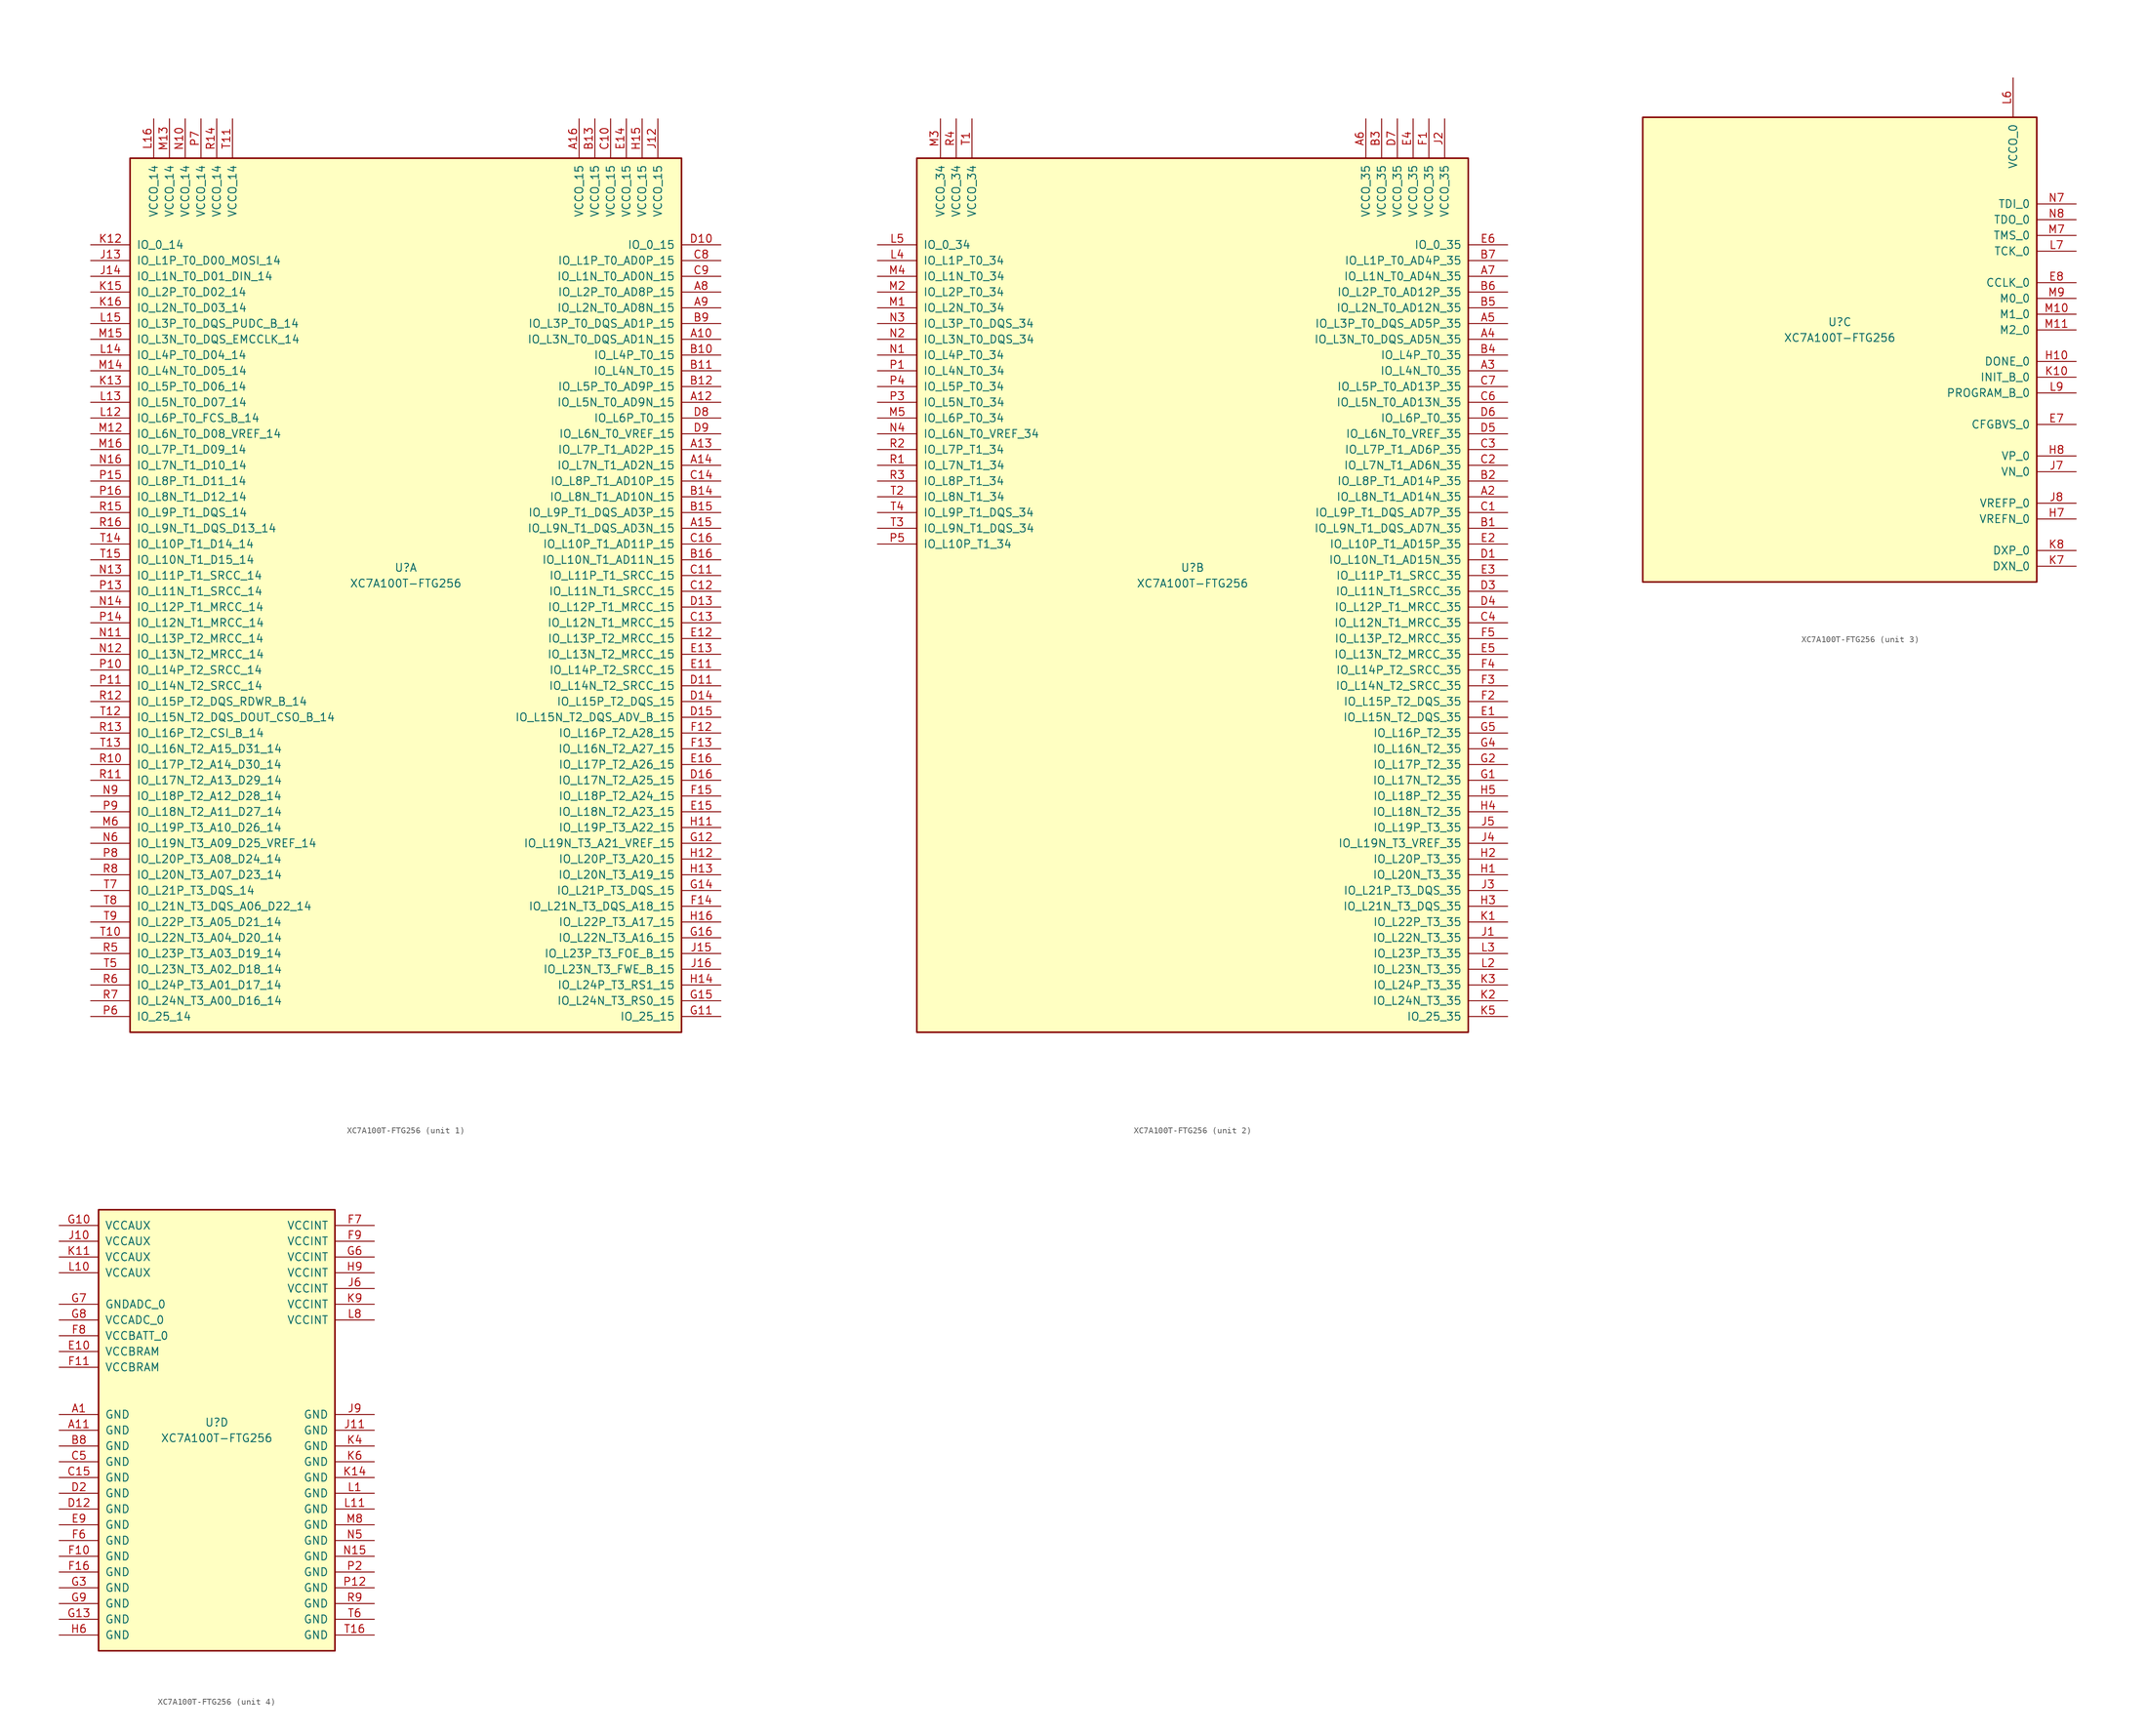
<source format=kicad_sym>
(kicad_symbol_lib
  (version 20201005)
  (generator kicad_symbol_editor)
  (symbol "XC7A100T-FTG256"
    (pin_names
      (offset 1.016))
    (property "Reference" "U"
      (at 0 1.27 0)
      (effects (font (size 1.27 1.27))))
    (property "Value" "XC7A100T-FTG256"
      (at 0 -1.27 0)
      (effects (font (size 1.27 1.27))))
    (property "Datasheet" ""
      (at 0 0 0)
      (effects (font (size 1.27 1.27))))
    (property "ki_locked" ""
      (at 0 0 0)
      (effects (font (size 1.27 1.27))))
    (symbol "XC7A100T-FTG256_1_1"
      (rectangle (start -44.45 67.31) (end 44.45 -73.66) (stroke (width 0.254)) (fill (type background)))
      (pin power_in line (at -40.64 73.66 270) (length 6.35) (name "VCCO_14" (effects (font (size 1.27 1.27)))) (number "L16" (effects (font (size 1.27 1.27)))))
      (pin power_in line (at -38.1 73.66 270) (length 6.35) (name "VCCO_14" (effects (font (size 1.27 1.27)))) (number "M13" (effects (font (size 1.27 1.27)))))
      (pin power_in line (at -35.56 73.66 270) (length 6.35) (name "VCCO_14" (effects (font (size 1.27 1.27)))) (number "N10" (effects (font (size 1.27 1.27)))))
      (pin power_in line (at -33.02 73.66 270) (length 6.35) (name "VCCO_14" (effects (font (size 1.27 1.27)))) (number "P7" (effects (font (size 1.27 1.27)))))
      (pin power_in line (at -30.48 73.66 270) (length 6.35) (name "VCCO_14" (effects (font (size 1.27 1.27)))) (number "R14" (effects (font (size 1.27 1.27)))))
      (pin power_in line (at -27.94 73.66 270) (length 6.35) (name "VCCO_14" (effects (font (size 1.27 1.27)))) (number "T11" (effects (font (size 1.27 1.27)))))
      (pin bidirectional line (at -50.8 53.34 0) (length 6.35) (name "IO_0_14" (effects (font (size 1.27 1.27)))) (number "K12" (effects (font (size 1.27 1.27)))))
      (pin bidirectional line (at -50.8 50.8 0) (length 6.35) (name "IO_L1P_T0_D00_MOSI_14" (effects (font (size 1.27 1.27)))) (number "J13" (effects (font (size 1.27 1.27)))))
      (pin bidirectional line (at -50.8 48.26 0) (length 6.35) (name "IO_L1N_T0_D01_DIN_14" (effects (font (size 1.27 1.27)))) (number "J14" (effects (font (size 1.27 1.27)))))
      (pin bidirectional line (at -50.8 45.72 0) (length 6.35) (name "IO_L2P_T0_D02_14" (effects (font (size 1.27 1.27)))) (number "K15" (effects (font (size 1.27 1.27)))))
      (pin bidirectional line (at -50.8 43.18 0) (length 6.35) (name "IO_L2N_T0_D03_14" (effects (font (size 1.27 1.27)))) (number "K16" (effects (font (size 1.27 1.27)))))
      (pin bidirectional line (at -50.8 40.64 0) (length 6.35) (name "IO_L3P_T0_DQS_PUDC_B_14" (effects (font (size 1.27 1.27)))) (number "L15" (effects (font (size 1.27 1.27)))))
      (pin bidirectional line (at -50.8 38.1 0) (length 6.35) (name "IO_L3N_T0_DQS_EMCCLK_14" (effects (font (size 1.27 1.27)))) (number "M15" (effects (font (size 1.27 1.27)))))
      (pin bidirectional line (at -50.8 35.56 0) (length 6.35) (name "IO_L4P_T0_D04_14" (effects (font (size 1.27 1.27)))) (number "L14" (effects (font (size 1.27 1.27)))))
      (pin bidirectional line (at -50.8 33.02 0) (length 6.35) (name "IO_L4N_T0_D05_14" (effects (font (size 1.27 1.27)))) (number "M14" (effects (font (size 1.27 1.27)))))
      (pin bidirectional line (at -50.8 30.48 0) (length 6.35) (name "IO_L5P_T0_D06_14" (effects (font (size 1.27 1.27)))) (number "K13" (effects (font (size 1.27 1.27)))))
      (pin bidirectional line (at -50.8 27.94 0) (length 6.35) (name "IO_L5N_T0_D07_14" (effects (font (size 1.27 1.27)))) (number "L13" (effects (font (size 1.27 1.27)))))
      (pin bidirectional line (at -50.8 25.4 0) (length 6.35) (name "IO_L6P_T0_FCS_B_14" (effects (font (size 1.27 1.27)))) (number "L12" (effects (font (size 1.27 1.27)))))
      (pin bidirectional line (at -50.8 22.86 0) (length 6.35) (name "IO_L6N_T0_D08_VREF_14" (effects (font (size 1.27 1.27)))) (number "M12" (effects (font (size 1.27 1.27)))))
      (pin bidirectional line (at -50.8 20.32 0) (length 6.35) (name "IO_L7P_T1_D09_14" (effects (font (size 1.27 1.27)))) (number "M16" (effects (font (size 1.27 1.27)))))
      (pin bidirectional line (at -50.8 17.78 0) (length 6.35) (name "IO_L7N_T1_D10_14" (effects (font (size 1.27 1.27)))) (number "N16" (effects (font (size 1.27 1.27)))))
      (pin bidirectional line (at -50.8 15.24 0) (length 6.35) (name "IO_L8P_T1_D11_14" (effects (font (size 1.27 1.27)))) (number "P15" (effects (font (size 1.27 1.27)))))
      (pin bidirectional line (at -50.8 12.7 0) (length 6.35) (name "IO_L8N_T1_D12_14" (effects (font (size 1.27 1.27)))) (number "P16" (effects (font (size 1.27 1.27)))))
      (pin bidirectional line (at -50.8 10.16 0) (length 6.35) (name "IO_L9P_T1_DQS_14" (effects (font (size 1.27 1.27)))) (number "R15" (effects (font (size 1.27 1.27)))))
      (pin bidirectional line (at -50.8 7.62 0) (length 6.35) (name "IO_L9N_T1_DQS_D13_14" (effects (font (size 1.27 1.27)))) (number "R16" (effects (font (size 1.27 1.27)))))
      (pin bidirectional line (at -50.8 5.08 0) (length 6.35) (name "IO_L10P_T1_D14_14" (effects (font (size 1.27 1.27)))) (number "T14" (effects (font (size 1.27 1.27)))))
      (pin bidirectional line (at -50.8 2.54 0) (length 6.35) (name "IO_L10N_T1_D15_14" (effects (font (size 1.27 1.27)))) (number "T15" (effects (font (size 1.27 1.27)))))
      (pin bidirectional line (at -50.8 0 0) (length 6.35) (name "IO_L11P_T1_SRCC_14" (effects (font (size 1.27 1.27)))) (number "N13" (effects (font (size 1.27 1.27)))))
      (pin bidirectional line (at -50.8 -2.54 0) (length 6.35) (name "IO_L11N_T1_SRCC_14" (effects (font (size 1.27 1.27)))) (number "P13" (effects (font (size 1.27 1.27)))))
      (pin bidirectional line (at -50.8 -5.08 0) (length 6.35) (name "IO_L12P_T1_MRCC_14" (effects (font (size 1.27 1.27)))) (number "N14" (effects (font (size 1.27 1.27)))))
      (pin bidirectional line (at -50.8 -7.62 0) (length 6.35) (name "IO_L12N_T1_MRCC_14" (effects (font (size 1.27 1.27)))) (number "P14" (effects (font (size 1.27 1.27)))))
      (pin bidirectional line (at -50.8 -10.16 0) (length 6.35) (name "IO_L13P_T2_MRCC_14" (effects (font (size 1.27 1.27)))) (number "N11" (effects (font (size 1.27 1.27)))))
      (pin bidirectional line (at -50.8 -12.7 0) (length 6.35) (name "IO_L13N_T2_MRCC_14" (effects (font (size 1.27 1.27)))) (number "N12" (effects (font (size 1.27 1.27)))))
      (pin bidirectional line (at -50.8 -15.24 0) (length 6.35) (name "IO_L14P_T2_SRCC_14" (effects (font (size 1.27 1.27)))) (number "P10" (effects (font (size 1.27 1.27)))))
      (pin bidirectional line (at -50.8 -17.78 0) (length 6.35) (name "IO_L14N_T2_SRCC_14" (effects (font (size 1.27 1.27)))) (number "P11" (effects (font (size 1.27 1.27)))))
      (pin bidirectional line (at -50.8 -20.32 0) (length 6.35) (name "IO_L15P_T2_DQS_RDWR_B_14" (effects (font (size 1.27 1.27)))) (number "R12" (effects (font (size 1.27 1.27)))))
      (pin bidirectional line (at -50.8 -22.86 0) (length 6.35) (name "IO_L15N_T2_DQS_DOUT_CSO_B_14" (effects (font (size 1.27 1.27)))) (number "T12" (effects (font (size 1.27 1.27)))))
      (pin bidirectional line (at -50.8 -25.4 0) (length 6.35) (name "IO_L16P_T2_CSI_B_14" (effects (font (size 1.27 1.27)))) (number "R13" (effects (font (size 1.27 1.27)))))
      (pin bidirectional line (at -50.8 -27.94 0) (length 6.35) (name "IO_L16N_T2_A15_D31_14" (effects (font (size 1.27 1.27)))) (number "T13" (effects (font (size 1.27 1.27)))))
      (pin bidirectional line (at -50.8 -30.48 0) (length 6.35) (name "IO_L17P_T2_A14_D30_14" (effects (font (size 1.27 1.27)))) (number "R10" (effects (font (size 1.27 1.27)))))
      (pin bidirectional line (at -50.8 -33.02 0) (length 6.35) (name "IO_L17N_T2_A13_D29_14" (effects (font (size 1.27 1.27)))) (number "R11" (effects (font (size 1.27 1.27)))))
      (pin bidirectional line (at -50.8 -35.56 0) (length 6.35) (name "IO_L18P_T2_A12_D28_14" (effects (font (size 1.27 1.27)))) (number "N9" (effects (font (size 1.27 1.27)))))
      (pin bidirectional line (at -50.8 -38.1 0) (length 6.35) (name "IO_L18N_T2_A11_D27_14" (effects (font (size 1.27 1.27)))) (number "P9" (effects (font (size 1.27 1.27)))))
      (pin bidirectional line (at -50.8 -40.64 0) (length 6.35) (name "IO_L19P_T3_A10_D26_14" (effects (font (size 1.27 1.27)))) (number "M6" (effects (font (size 1.27 1.27)))))
      (pin bidirectional line (at -50.8 -43.18 0) (length 6.35) (name "IO_L19N_T3_A09_D25_VREF_14" (effects (font (size 1.27 1.27)))) (number "N6" (effects (font (size 1.27 1.27)))))
      (pin bidirectional line (at -50.8 -45.72 0) (length 6.35) (name "IO_L20P_T3_A08_D24_14" (effects (font (size 1.27 1.27)))) (number "P8" (effects (font (size 1.27 1.27)))))
      (pin bidirectional line (at -50.8 -48.26 0) (length 6.35) (name "IO_L20N_T3_A07_D23_14" (effects (font (size 1.27 1.27)))) (number "R8" (effects (font (size 1.27 1.27)))))
      (pin bidirectional line (at -50.8 -50.8 0) (length 6.35) (name "IO_L21P_T3_DQS_14" (effects (font (size 1.27 1.27)))) (number "T7" (effects (font (size 1.27 1.27)))))
      (pin bidirectional line (at -50.8 -53.34 0) (length 6.35) (name "IO_L21N_T3_DQS_A06_D22_14" (effects (font (size 1.27 1.27)))) (number "T8" (effects (font (size 1.27 1.27)))))
      (pin bidirectional line (at -50.8 -55.88 0) (length 6.35) (name "IO_L22P_T3_A05_D21_14" (effects (font (size 1.27 1.27)))) (number "T9" (effects (font (size 1.27 1.27)))))
      (pin bidirectional line (at -50.8 -58.42 0) (length 6.35) (name "IO_L22N_T3_A04_D20_14" (effects (font (size 1.27 1.27)))) (number "T10" (effects (font (size 1.27 1.27)))))
      (pin bidirectional line (at -50.8 -60.96 0) (length 6.35) (name "IO_L23P_T3_A03_D19_14" (effects (font (size 1.27 1.27)))) (number "R5" (effects (font (size 1.27 1.27)))))
      (pin bidirectional line (at -50.8 -63.5 0) (length 6.35) (name "IO_L23N_T3_A02_D18_14" (effects (font (size 1.27 1.27)))) (number "T5" (effects (font (size 1.27 1.27)))))
      (pin bidirectional line (at -50.8 -66.04 0) (length 6.35) (name "IO_L24P_T3_A01_D17_14" (effects (font (size 1.27 1.27)))) (number "R6" (effects (font (size 1.27 1.27)))))
      (pin bidirectional line (at -50.8 -68.58 0) (length 6.35) (name "IO_L24N_T3_A00_D16_14" (effects (font (size 1.27 1.27)))) (number "R7" (effects (font (size 1.27 1.27)))))
      (pin bidirectional line (at -50.8 -71.12 0) (length 6.35) (name "IO_25_14" (effects (font (size 1.27 1.27)))) (number "P6" (effects (font (size 1.27 1.27)))))
      (pin power_in line (at 27.94 73.66 270) (length 6.35) (name "VCCO_15" (effects (font (size 1.27 1.27)))) (number "A16" (effects (font (size 1.27 1.27)))))
      (pin power_in line (at 30.48 73.66 270) (length 6.35) (name "VCCO_15" (effects (font (size 1.27 1.27)))) (number "B13" (effects (font (size 1.27 1.27)))))
      (pin power_in line (at 33.02 73.66 270) (length 6.35) (name "VCCO_15" (effects (font (size 1.27 1.27)))) (number "C10" (effects (font (size 1.27 1.27)))))
      (pin power_in line (at 35.56 73.66 270) (length 6.35) (name "VCCO_15" (effects (font (size 1.27 1.27)))) (number "E14" (effects (font (size 1.27 1.27)))))
      (pin power_in line (at 38.1 73.66 270) (length 6.35) (name "VCCO_15" (effects (font (size 1.27 1.27)))) (number "H15" (effects (font (size 1.27 1.27)))))
      (pin power_in line (at 40.64 73.66 270) (length 6.35) (name "VCCO_15" (effects (font (size 1.27 1.27)))) (number "J12" (effects (font (size 1.27 1.27)))))
      (pin bidirectional line (at 50.8 53.34 180) (length 6.35) (name "IO_0_15" (effects (font (size 1.27 1.27)))) (number "D10" (effects (font (size 1.27 1.27)))))
      (pin bidirectional line (at 50.8 50.8 180) (length 6.35) (name "IO_L1P_T0_AD0P_15" (effects (font (size 1.27 1.27)))) (number "C8" (effects (font (size 1.27 1.27)))))
      (pin bidirectional line (at 50.8 48.26 180) (length 6.35) (name "IO_L1N_T0_AD0N_15" (effects (font (size 1.27 1.27)))) (number "C9" (effects (font (size 1.27 1.27)))))
      (pin bidirectional line (at 50.8 45.72 180) (length 6.35) (name "IO_L2P_T0_AD8P_15" (effects (font (size 1.27 1.27)))) (number "A8" (effects (font (size 1.27 1.27)))))
      (pin bidirectional line (at 50.8 43.18 180) (length 6.35) (name "IO_L2N_T0_AD8N_15" (effects (font (size 1.27 1.27)))) (number "A9" (effects (font (size 1.27 1.27)))))
      (pin bidirectional line (at 50.8 40.64 180) (length 6.35) (name "IO_L3P_T0_DQS_AD1P_15" (effects (font (size 1.27 1.27)))) (number "B9" (effects (font (size 1.27 1.27)))))
      (pin bidirectional line (at 50.8 38.1 180) (length 6.35) (name "IO_L3N_T0_DQS_AD1N_15" (effects (font (size 1.27 1.27)))) (number "A10" (effects (font (size 1.27 1.27)))))
      (pin bidirectional line (at 50.8 35.56 180) (length 6.35) (name "IO_L4P_T0_15" (effects (font (size 1.27 1.27)))) (number "B10" (effects (font (size 1.27 1.27)))))
      (pin bidirectional line (at 50.8 33.02 180) (length 6.35) (name "IO_L4N_T0_15" (effects (font (size 1.27 1.27)))) (number "B11" (effects (font (size 1.27 1.27)))))
      (pin bidirectional line (at 50.8 30.48 180) (length 6.35) (name "IO_L5P_T0_AD9P_15" (effects (font (size 1.27 1.27)))) (number "B12" (effects (font (size 1.27 1.27)))))
      (pin bidirectional line (at 50.8 27.94 180) (length 6.35) (name "IO_L5N_T0_AD9N_15" (effects (font (size 1.27 1.27)))) (number "A12" (effects (font (size 1.27 1.27)))))
      (pin bidirectional line (at 50.8 25.4 180) (length 6.35) (name "IO_L6P_T0_15" (effects (font (size 1.27 1.27)))) (number "D8" (effects (font (size 1.27 1.27)))))
      (pin bidirectional line (at 50.8 22.86 180) (length 6.35) (name "IO_L6N_T0_VREF_15" (effects (font (size 1.27 1.27)))) (number "D9" (effects (font (size 1.27 1.27)))))
      (pin bidirectional line (at 50.8 20.32 180) (length 6.35) (name "IO_L7P_T1_AD2P_15" (effects (font (size 1.27 1.27)))) (number "A13" (effects (font (size 1.27 1.27)))))
      (pin bidirectional line (at 50.8 17.78 180) (length 6.35) (name "IO_L7N_T1_AD2N_15" (effects (font (size 1.27 1.27)))) (number "A14" (effects (font (size 1.27 1.27)))))
      (pin bidirectional line (at 50.8 15.24 180) (length 6.35) (name "IO_L8P_T1_AD10P_15" (effects (font (size 1.27 1.27)))) (number "C14" (effects (font (size 1.27 1.27)))))
      (pin bidirectional line (at 50.8 12.7 180) (length 6.35) (name "IO_L8N_T1_AD10N_15" (effects (font (size 1.27 1.27)))) (number "B14" (effects (font (size 1.27 1.27)))))
      (pin bidirectional line (at 50.8 10.16 180) (length 6.35) (name "IO_L9P_T1_DQS_AD3P_15" (effects (font (size 1.27 1.27)))) (number "B15" (effects (font (size 1.27 1.27)))))
      (pin bidirectional line (at 50.8 7.62 180) (length 6.35) (name "IO_L9N_T1_DQS_AD3N_15" (effects (font (size 1.27 1.27)))) (number "A15" (effects (font (size 1.27 1.27)))))
      (pin bidirectional line (at 50.8 5.08 180) (length 6.35) (name "IO_L10P_T1_AD11P_15" (effects (font (size 1.27 1.27)))) (number "C16" (effects (font (size 1.27 1.27)))))
      (pin bidirectional line (at 50.8 2.54 180) (length 6.35) (name "IO_L10N_T1_AD11N_15" (effects (font (size 1.27 1.27)))) (number "B16" (effects (font (size 1.27 1.27)))))
      (pin bidirectional line (at 50.8 0 180) (length 6.35) (name "IO_L11P_T1_SRCC_15" (effects (font (size 1.27 1.27)))) (number "C11" (effects (font (size 1.27 1.27)))))
      (pin bidirectional line (at 50.8 -2.54 180) (length 6.35) (name "IO_L11N_T1_SRCC_15" (effects (font (size 1.27 1.27)))) (number "C12" (effects (font (size 1.27 1.27)))))
      (pin bidirectional line (at 50.8 -5.08 180) (length 6.35) (name "IO_L12P_T1_MRCC_15" (effects (font (size 1.27 1.27)))) (number "D13" (effects (font (size 1.27 1.27)))))
      (pin bidirectional line (at 50.8 -7.62 180) (length 6.35) (name "IO_L12N_T1_MRCC_15" (effects (font (size 1.27 1.27)))) (number "C13" (effects (font (size 1.27 1.27)))))
      (pin bidirectional line (at 50.8 -10.16 180) (length 6.35) (name "IO_L13P_T2_MRCC_15" (effects (font (size 1.27 1.27)))) (number "E12" (effects (font (size 1.27 1.27)))))
      (pin bidirectional line (at 50.8 -12.7 180) (length 6.35) (name "IO_L13N_T2_MRCC_15" (effects (font (size 1.27 1.27)))) (number "E13" (effects (font (size 1.27 1.27)))))
      (pin bidirectional line (at 50.8 -15.24 180) (length 6.35) (name "IO_L14P_T2_SRCC_15" (effects (font (size 1.27 1.27)))) (number "E11" (effects (font (size 1.27 1.27)))))
      (pin bidirectional line (at 50.8 -17.78 180) (length 6.35) (name "IO_L14N_T2_SRCC_15" (effects (font (size 1.27 1.27)))) (number "D11" (effects (font (size 1.27 1.27)))))
      (pin bidirectional line (at 50.8 -20.32 180) (length 6.35) (name "IO_L15P_T2_DQS_15" (effects (font (size 1.27 1.27)))) (number "D14" (effects (font (size 1.27 1.27)))))
      (pin bidirectional line (at 50.8 -22.86 180) (length 6.35) (name "IO_L15N_T2_DQS_ADV_B_15" (effects (font (size 1.27 1.27)))) (number "D15" (effects (font (size 1.27 1.27)))))
      (pin bidirectional line (at 50.8 -25.4 180) (length 6.35) (name "IO_L16P_T2_A28_15" (effects (font (size 1.27 1.27)))) (number "F12" (effects (font (size 1.27 1.27)))))
      (pin bidirectional line (at 50.8 -27.94 180) (length 6.35) (name "IO_L16N_T2_A27_15" (effects (font (size 1.27 1.27)))) (number "F13" (effects (font (size 1.27 1.27)))))
      (pin bidirectional line (at 50.8 -30.48 180) (length 6.35) (name "IO_L17P_T2_A26_15" (effects (font (size 1.27 1.27)))) (number "E16" (effects (font (size 1.27 1.27)))))
      (pin bidirectional line (at 50.8 -33.02 180) (length 6.35) (name "IO_L17N_T2_A25_15" (effects (font (size 1.27 1.27)))) (number "D16" (effects (font (size 1.27 1.27)))))
      (pin bidirectional line (at 50.8 -35.56 180) (length 6.35) (name "IO_L18P_T2_A24_15" (effects (font (size 1.27 1.27)))) (number "F15" (effects (font (size 1.27 1.27)))))
      (pin bidirectional line (at 50.8 -38.1 180) (length 6.35) (name "IO_L18N_T2_A23_15" (effects (font (size 1.27 1.27)))) (number "E15" (effects (font (size 1.27 1.27)))))
      (pin bidirectional line (at 50.8 -40.64 180) (length 6.35) (name "IO_L19P_T3_A22_15" (effects (font (size 1.27 1.27)))) (number "H11" (effects (font (size 1.27 1.27)))))
      (pin bidirectional line (at 50.8 -43.18 180) (length 6.35) (name "IO_L19N_T3_A21_VREF_15" (effects (font (size 1.27 1.27)))) (number "G12" (effects (font (size 1.27 1.27)))))
      (pin bidirectional line (at 50.8 -45.72 180) (length 6.35) (name "IO_L20P_T3_A20_15" (effects (font (size 1.27 1.27)))) (number "H12" (effects (font (size 1.27 1.27)))))
      (pin bidirectional line (at 50.8 -48.26 180) (length 6.35) (name "IO_L20N_T3_A19_15" (effects (font (size 1.27 1.27)))) (number "H13" (effects (font (size 1.27 1.27)))))
      (pin bidirectional line (at 50.8 -50.8 180) (length 6.35) (name "IO_L21P_T3_DQS_15" (effects (font (size 1.27 1.27)))) (number "G14" (effects (font (size 1.27 1.27)))))
      (pin bidirectional line (at 50.8 -53.34 180) (length 6.35) (name "IO_L21N_T3_DQS_A18_15" (effects (font (size 1.27 1.27)))) (number "F14" (effects (font (size 1.27 1.27)))))
      (pin bidirectional line (at 50.8 -55.88 180) (length 6.35) (name "IO_L22P_T3_A17_15" (effects (font (size 1.27 1.27)))) (number "H16" (effects (font (size 1.27 1.27)))))
      (pin bidirectional line (at 50.8 -58.42 180) (length 6.35) (name "IO_L22N_T3_A16_15" (effects (font (size 1.27 1.27)))) (number "G16" (effects (font (size 1.27 1.27)))))
      (pin bidirectional line (at 50.8 -60.96 180) (length 6.35) (name "IO_L23P_T3_FOE_B_15" (effects (font (size 1.27 1.27)))) (number "J15" (effects (font (size 1.27 1.27)))))
      (pin bidirectional line (at 50.8 -63.5 180) (length 6.35) (name "IO_L23N_T3_FWE_B_15" (effects (font (size 1.27 1.27)))) (number "J16" (effects (font (size 1.27 1.27)))))
      (pin bidirectional line (at 50.8 -66.04 180) (length 6.35) (name "IO_L24P_T3_RS1_15" (effects (font (size 1.27 1.27)))) (number "H14" (effects (font (size 1.27 1.27)))))
      (pin bidirectional line (at 50.8 -68.58 180) (length 6.35) (name "IO_L24N_T3_RS0_15" (effects (font (size 1.27 1.27)))) (number "G15" (effects (font (size 1.27 1.27)))))
      (pin bidirectional line (at 50.8 -71.12 180) (length 6.35) (name "IO_25_15" (effects (font (size 1.27 1.27)))) (number "G11" (effects (font (size 1.27 1.27))))))
    (symbol "XC7A100T-FTG256_2_1"
      (rectangle (start -44.45 67.31) (end 44.45 -73.66) (stroke (width 0.254)) (fill (type background)))
      (pin power_in line (at -40.64 73.66 270) (length 6.35) (name "VCCO_34" (effects (font (size 1.27 1.27)))) (number "M3" (effects (font (size 1.27 1.27)))))
      (pin power_in line (at -38.1 73.66 270) (length 6.35) (name "VCCO_34" (effects (font (size 1.27 1.27)))) (number "R4" (effects (font (size 1.27 1.27)))))
      (pin power_in line (at -35.56 73.66 270) (length 6.35) (name "VCCO_34" (effects (font (size 1.27 1.27)))) (number "T1" (effects (font (size 1.27 1.27)))))
      (pin bidirectional line (at -50.8 53.34 0) (length 6.35) (name "IO_0_34" (effects (font (size 1.27 1.27)))) (number "L5" (effects (font (size 1.27 1.27)))))
      (pin bidirectional line (at -50.8 50.8 0) (length 6.35) (name "IO_L1P_T0_34" (effects (font (size 1.27 1.27)))) (number "L4" (effects (font (size 1.27 1.27)))))
      (pin bidirectional line (at -50.8 48.26 0) (length 6.35) (name "IO_L1N_T0_34" (effects (font (size 1.27 1.27)))) (number "M4" (effects (font (size 1.27 1.27)))))
      (pin bidirectional line (at -50.8 45.72 0) (length 6.35) (name "IO_L2P_T0_34" (effects (font (size 1.27 1.27)))) (number "M2" (effects (font (size 1.27 1.27)))))
      (pin bidirectional line (at -50.8 43.18 0) (length 6.35) (name "IO_L2N_T0_34" (effects (font (size 1.27 1.27)))) (number "M1" (effects (font (size 1.27 1.27)))))
      (pin bidirectional line (at -50.8 40.64 0) (length 6.35) (name "IO_L3P_T0_DQS_34" (effects (font (size 1.27 1.27)))) (number "N3" (effects (font (size 1.27 1.27)))))
      (pin bidirectional line (at -50.8 38.1 0) (length 6.35) (name "IO_L3N_T0_DQS_34" (effects (font (size 1.27 1.27)))) (number "N2" (effects (font (size 1.27 1.27)))))
      (pin bidirectional line (at -50.8 35.56 0) (length 6.35) (name "IO_L4P_T0_34" (effects (font (size 1.27 1.27)))) (number "N1" (effects (font (size 1.27 1.27)))))
      (pin bidirectional line (at -50.8 33.02 0) (length 6.35) (name "IO_L4N_T0_34" (effects (font (size 1.27 1.27)))) (number "P1" (effects (font (size 1.27 1.27)))))
      (pin bidirectional line (at -50.8 30.48 0) (length 6.35) (name "IO_L5P_T0_34" (effects (font (size 1.27 1.27)))) (number "P4" (effects (font (size 1.27 1.27)))))
      (pin bidirectional line (at -50.8 27.94 0) (length 6.35) (name "IO_L5N_T0_34" (effects (font (size 1.27 1.27)))) (number "P3" (effects (font (size 1.27 1.27)))))
      (pin bidirectional line (at -50.8 25.4 0) (length 6.35) (name "IO_L6P_T0_34" (effects (font (size 1.27 1.27)))) (number "M5" (effects (font (size 1.27 1.27)))))
      (pin bidirectional line (at -50.8 22.86 0) (length 6.35) (name "IO_L6N_T0_VREF_34" (effects (font (size 1.27 1.27)))) (number "N4" (effects (font (size 1.27 1.27)))))
      (pin bidirectional line (at -50.8 20.32 0) (length 6.35) (name "IO_L7P_T1_34" (effects (font (size 1.27 1.27)))) (number "R2" (effects (font (size 1.27 1.27)))))
      (pin bidirectional line (at -50.8 17.78 0) (length 6.35) (name "IO_L7N_T1_34" (effects (font (size 1.27 1.27)))) (number "R1" (effects (font (size 1.27 1.27)))))
      (pin bidirectional line (at -50.8 15.24 0) (length 6.35) (name "IO_L8P_T1_34" (effects (font (size 1.27 1.27)))) (number "R3" (effects (font (size 1.27 1.27)))))
      (pin bidirectional line (at -50.8 12.7 0) (length 6.35) (name "IO_L8N_T1_34" (effects (font (size 1.27 1.27)))) (number "T2" (effects (font (size 1.27 1.27)))))
      (pin bidirectional line (at -50.8 10.16 0) (length 6.35) (name "IO_L9P_T1_DQS_34" (effects (font (size 1.27 1.27)))) (number "T4" (effects (font (size 1.27 1.27)))))
      (pin bidirectional line (at -50.8 7.62 0) (length 6.35) (name "IO_L9N_T1_DQS_34" (effects (font (size 1.27 1.27)))) (number "T3" (effects (font (size 1.27 1.27)))))
      (pin bidirectional line (at -50.8 5.08 0) (length 6.35) (name "IO_L10P_T1_34" (effects (font (size 1.27 1.27)))) (number "P5" (effects (font (size 1.27 1.27)))))
      (pin power_in line (at 27.94 73.66 270) (length 6.35) (name "VCCO_35" (effects (font (size 1.27 1.27)))) (number "A6" (effects (font (size 1.27 1.27)))))
      (pin power_in line (at 30.48 73.66 270) (length 6.35) (name "VCCO_35" (effects (font (size 1.27 1.27)))) (number "B3" (effects (font (size 1.27 1.27)))))
      (pin power_in line (at 33.02 73.66 270) (length 6.35) (name "VCCO_35" (effects (font (size 1.27 1.27)))) (number "D7" (effects (font (size 1.27 1.27)))))
      (pin power_in line (at 35.56 73.66 270) (length 6.35) (name "VCCO_35" (effects (font (size 1.27 1.27)))) (number "E4" (effects (font (size 1.27 1.27)))))
      (pin power_in line (at 38.1 73.66 270) (length 6.35) (name "VCCO_35" (effects (font (size 1.27 1.27)))) (number "F1" (effects (font (size 1.27 1.27)))))
      (pin power_in line (at 40.64 73.66 270) (length 6.35) (name "VCCO_35" (effects (font (size 1.27 1.27)))) (number "J2" (effects (font (size 1.27 1.27)))))
      (pin bidirectional line (at 50.8 53.34 180) (length 6.35) (name "IO_0_35" (effects (font (size 1.27 1.27)))) (number "E6" (effects (font (size 1.27 1.27)))))
      (pin bidirectional line (at 50.8 50.8 180) (length 6.35) (name "IO_L1P_T0_AD4P_35" (effects (font (size 1.27 1.27)))) (number "B7" (effects (font (size 1.27 1.27)))))
      (pin bidirectional line (at 50.8 48.26 180) (length 6.35) (name "IO_L1N_T0_AD4N_35" (effects (font (size 1.27 1.27)))) (number "A7" (effects (font (size 1.27 1.27)))))
      (pin bidirectional line (at 50.8 45.72 180) (length 6.35) (name "IO_L2P_T0_AD12P_35" (effects (font (size 1.27 1.27)))) (number "B6" (effects (font (size 1.27 1.27)))))
      (pin bidirectional line (at 50.8 43.18 180) (length 6.35) (name "IO_L2N_T0_AD12N_35" (effects (font (size 1.27 1.27)))) (number "B5" (effects (font (size 1.27 1.27)))))
      (pin bidirectional line (at 50.8 40.64 180) (length 6.35) (name "IO_L3P_T0_DQS_AD5P_35" (effects (font (size 1.27 1.27)))) (number "A5" (effects (font (size 1.27 1.27)))))
      (pin bidirectional line (at 50.8 38.1 180) (length 6.35) (name "IO_L3N_T0_DQS_AD5N_35" (effects (font (size 1.27 1.27)))) (number "A4" (effects (font (size 1.27 1.27)))))
      (pin bidirectional line (at 50.8 35.56 180) (length 6.35) (name "IO_L4P_T0_35" (effects (font (size 1.27 1.27)))) (number "B4" (effects (font (size 1.27 1.27)))))
      (pin bidirectional line (at 50.8 33.02 180) (length 6.35) (name "IO_L4N_T0_35" (effects (font (size 1.27 1.27)))) (number "A3" (effects (font (size 1.27 1.27)))))
      (pin bidirectional line (at 50.8 30.48 180) (length 6.35) (name "IO_L5P_T0_AD13P_35" (effects (font (size 1.27 1.27)))) (number "C7" (effects (font (size 1.27 1.27)))))
      (pin bidirectional line (at 50.8 27.94 180) (length 6.35) (name "IO_L5N_T0_AD13N_35" (effects (font (size 1.27 1.27)))) (number "C6" (effects (font (size 1.27 1.27)))))
      (pin bidirectional line (at 50.8 25.4 180) (length 6.35) (name "IO_L6P_T0_35" (effects (font (size 1.27 1.27)))) (number "D6" (effects (font (size 1.27 1.27)))))
      (pin bidirectional line (at 50.8 22.86 180) (length 6.35) (name "IO_L6N_T0_VREF_35" (effects (font (size 1.27 1.27)))) (number "D5" (effects (font (size 1.27 1.27)))))
      (pin bidirectional line (at 50.8 20.32 180) (length 6.35) (name "IO_L7P_T1_AD6P_35" (effects (font (size 1.27 1.27)))) (number "C3" (effects (font (size 1.27 1.27)))))
      (pin bidirectional line (at 50.8 17.78 180) (length 6.35) (name "IO_L7N_T1_AD6N_35" (effects (font (size 1.27 1.27)))) (number "C2" (effects (font (size 1.27 1.27)))))
      (pin bidirectional line (at 50.8 15.24 180) (length 6.35) (name "IO_L8P_T1_AD14P_35" (effects (font (size 1.27 1.27)))) (number "B2" (effects (font (size 1.27 1.27)))))
      (pin bidirectional line (at 50.8 12.7 180) (length 6.35) (name "IO_L8N_T1_AD14N_35" (effects (font (size 1.27 1.27)))) (number "A2" (effects (font (size 1.27 1.27)))))
      (pin bidirectional line (at 50.8 10.16 180) (length 6.35) (name "IO_L9P_T1_DQS_AD7P_35" (effects (font (size 1.27 1.27)))) (number "C1" (effects (font (size 1.27 1.27)))))
      (pin bidirectional line (at 50.8 7.62 180) (length 6.35) (name "IO_L9N_T1_DQS_AD7N_35" (effects (font (size 1.27 1.27)))) (number "B1" (effects (font (size 1.27 1.27)))))
      (pin bidirectional line (at 50.8 5.08 180) (length 6.35) (name "IO_L10P_T1_AD15P_35" (effects (font (size 1.27 1.27)))) (number "E2" (effects (font (size 1.27 1.27)))))
      (pin bidirectional line (at 50.8 2.54 180) (length 6.35) (name "IO_L10N_T1_AD15N_35" (effects (font (size 1.27 1.27)))) (number "D1" (effects (font (size 1.27 1.27)))))
      (pin bidirectional line (at 50.8 0 180) (length 6.35) (name "IO_L11P_T1_SRCC_35" (effects (font (size 1.27 1.27)))) (number "E3" (effects (font (size 1.27 1.27)))))
      (pin bidirectional line (at 50.8 -2.54 180) (length 6.35) (name "IO_L11N_T1_SRCC_35" (effects (font (size 1.27 1.27)))) (number "D3" (effects (font (size 1.27 1.27)))))
      (pin bidirectional line (at 50.8 -5.08 180) (length 6.35) (name "IO_L12P_T1_MRCC_35" (effects (font (size 1.27 1.27)))) (number "D4" (effects (font (size 1.27 1.27)))))
      (pin bidirectional line (at 50.8 -7.62 180) (length 6.35) (name "IO_L12N_T1_MRCC_35" (effects (font (size 1.27 1.27)))) (number "C4" (effects (font (size 1.27 1.27)))))
      (pin bidirectional line (at 50.8 -10.16 180) (length 6.35) (name "IO_L13P_T2_MRCC_35" (effects (font (size 1.27 1.27)))) (number "F5" (effects (font (size 1.27 1.27)))))
      (pin bidirectional line (at 50.8 -12.7 180) (length 6.35) (name "IO_L13N_T2_MRCC_35" (effects (font (size 1.27 1.27)))) (number "E5" (effects (font (size 1.27 1.27)))))
      (pin bidirectional line (at 50.8 -15.24 180) (length 6.35) (name "IO_L14P_T2_SRCC_35" (effects (font (size 1.27 1.27)))) (number "F4" (effects (font (size 1.27 1.27)))))
      (pin bidirectional line (at 50.8 -17.78 180) (length 6.35) (name "IO_L14N_T2_SRCC_35" (effects (font (size 1.27 1.27)))) (number "F3" (effects (font (size 1.27 1.27)))))
      (pin bidirectional line (at 50.8 -20.32 180) (length 6.35) (name "IO_L15P_T2_DQS_35" (effects (font (size 1.27 1.27)))) (number "F2" (effects (font (size 1.27 1.27)))))
      (pin bidirectional line (at 50.8 -22.86 180) (length 6.35) (name "IO_L15N_T2_DQS_35" (effects (font (size 1.27 1.27)))) (number "E1" (effects (font (size 1.27 1.27)))))
      (pin bidirectional line (at 50.8 -25.4 180) (length 6.35) (name "IO_L16P_T2_35" (effects (font (size 1.27 1.27)))) (number "G5" (effects (font (size 1.27 1.27)))))
      (pin bidirectional line (at 50.8 -27.94 180) (length 6.35) (name "IO_L16N_T2_35" (effects (font (size 1.27 1.27)))) (number "G4" (effects (font (size 1.27 1.27)))))
      (pin bidirectional line (at 50.8 -30.48 180) (length 6.35) (name "IO_L17P_T2_35" (effects (font (size 1.27 1.27)))) (number "G2" (effects (font (size 1.27 1.27)))))
      (pin bidirectional line (at 50.8 -33.02 180) (length 6.35) (name "IO_L17N_T2_35" (effects (font (size 1.27 1.27)))) (number "G1" (effects (font (size 1.27 1.27)))))
      (pin bidirectional line (at 50.8 -35.56 180) (length 6.35) (name "IO_L18P_T2_35" (effects (font (size 1.27 1.27)))) (number "H5" (effects (font (size 1.27 1.27)))))
      (pin bidirectional line (at 50.8 -38.1 180) (length 6.35) (name "IO_L18N_T2_35" (effects (font (size 1.27 1.27)))) (number "H4" (effects (font (size 1.27 1.27)))))
      (pin bidirectional line (at 50.8 -40.64 180) (length 6.35) (name "IO_L19P_T3_35" (effects (font (size 1.27 1.27)))) (number "J5" (effects (font (size 1.27 1.27)))))
      (pin bidirectional line (at 50.8 -43.18 180) (length 6.35) (name "IO_L19N_T3_VREF_35" (effects (font (size 1.27 1.27)))) (number "J4" (effects (font (size 1.27 1.27)))))
      (pin bidirectional line (at 50.8 -45.72 180) (length 6.35) (name "IO_L20P_T3_35" (effects (font (size 1.27 1.27)))) (number "H2" (effects (font (size 1.27 1.27)))))
      (pin bidirectional line (at 50.8 -48.26 180) (length 6.35) (name "IO_L20N_T3_35" (effects (font (size 1.27 1.27)))) (number "H1" (effects (font (size 1.27 1.27)))))
      (pin bidirectional line (at 50.8 -50.8 180) (length 6.35) (name "IO_L21P_T3_DQS_35" (effects (font (size 1.27 1.27)))) (number "J3" (effects (font (size 1.27 1.27)))))
      (pin bidirectional line (at 50.8 -53.34 180) (length 6.35) (name "IO_L21N_T3_DQS_35" (effects (font (size 1.27 1.27)))) (number "H3" (effects (font (size 1.27 1.27)))))
      (pin bidirectional line (at 50.8 -55.88 180) (length 6.35) (name "IO_L22P_T3_35" (effects (font (size 1.27 1.27)))) (number "K1" (effects (font (size 1.27 1.27)))))
      (pin bidirectional line (at 50.8 -58.42 180) (length 6.35) (name "IO_L22N_T3_35" (effects (font (size 1.27 1.27)))) (number "J1" (effects (font (size 1.27 1.27)))))
      (pin bidirectional line (at 50.8 -60.96 180) (length 6.35) (name "IO_L23P_T3_35" (effects (font (size 1.27 1.27)))) (number "L3" (effects (font (size 1.27 1.27)))))
      (pin bidirectional line (at 50.8 -63.5 180) (length 6.35) (name "IO_L23N_T3_35" (effects (font (size 1.27 1.27)))) (number "L2" (effects (font (size 1.27 1.27)))))
      (pin bidirectional line (at 50.8 -66.04 180) (length 6.35) (name "IO_L24P_T3_35" (effects (font (size 1.27 1.27)))) (number "K3" (effects (font (size 1.27 1.27)))))
      (pin bidirectional line (at 50.8 -68.58 180) (length 6.35) (name "IO_L24N_T3_35" (effects (font (size 1.27 1.27)))) (number "K2" (effects (font (size 1.27 1.27)))))
      (pin bidirectional line (at 50.8 -71.12 180) (length 6.35) (name "IO_25_35" (effects (font (size 1.27 1.27)))) (number "K5" (effects (font (size 1.27 1.27))))))
    (symbol "XC7A100T-FTG256_3_1"
      (rectangle (start -31.75 34.29) (end 31.75 -40.64) (stroke (width 0.254)) (fill (type background)))
      (pin power_in line (at 27.94 40.64 270) (length 6.35) (name "VCCO_0" (effects (font (size 1.27 1.27)))) (number "L6" (effects (font (size 1.27 1.27)))))
      (pin bidirectional line (at 38.1 20.32 180) (length 6.35) (name "TDI_0" (effects (font (size 1.27 1.27)))) (number "N7" (effects (font (size 1.27 1.27)))))
      (pin bidirectional line (at 38.1 17.78 180) (length 6.35) (name "TDO_0" (effects (font (size 1.27 1.27)))) (number "N8" (effects (font (size 1.27 1.27)))))
      (pin bidirectional line (at 38.1 15.24 180) (length 6.35) (name "TMS_0" (effects (font (size 1.27 1.27)))) (number "M7" (effects (font (size 1.27 1.27)))))
      (pin bidirectional line (at 38.1 12.7 180) (length 6.35) (name "TCK_0" (effects (font (size 1.27 1.27)))) (number "L7" (effects (font (size 1.27 1.27)))))
      (pin bidirectional line (at 38.1 7.62 180) (length 6.35) (name "CCLK_0" (effects (font (size 1.27 1.27)))) (number "E8" (effects (font (size 1.27 1.27)))))
      (pin bidirectional line (at 38.1 5.08 180) (length 6.35) (name "M0_0" (effects (font (size 1.27 1.27)))) (number "M9" (effects (font (size 1.27 1.27)))))
      (pin bidirectional line (at 38.1 2.54 180) (length 6.35) (name "M1_0" (effects (font (size 1.27 1.27)))) (number "M10" (effects (font (size 1.27 1.27)))))
      (pin bidirectional line (at 38.1 0 180) (length 6.35) (name "M2_0" (effects (font (size 1.27 1.27)))) (number "M11" (effects (font (size 1.27 1.27)))))
      (pin bidirectional line (at 38.1 -5.08 180) (length 6.35) (name "DONE_0" (effects (font (size 1.27 1.27)))) (number "H10" (effects (font (size 1.27 1.27)))))
      (pin bidirectional line (at 38.1 -7.62 180) (length 6.35) (name "INIT_B_0" (effects (font (size 1.27 1.27)))) (number "K10" (effects (font (size 1.27 1.27)))))
      (pin bidirectional line (at 38.1 -10.16 180) (length 6.35) (name "PROGRAM_B_0" (effects (font (size 1.27 1.27)))) (number "L9" (effects (font (size 1.27 1.27)))))
      (pin bidirectional line (at 38.1 -15.24 180) (length 6.35) (name "CFGBVS_0" (effects (font (size 1.27 1.27)))) (number "E7" (effects (font (size 1.27 1.27)))))
      (pin bidirectional line (at 38.1 -20.32 180) (length 6.35) (name "VP_0" (effects (font (size 1.27 1.27)))) (number "H8" (effects (font (size 1.27 1.27)))))
      (pin bidirectional line (at 38.1 -22.86 180) (length 6.35) (name "VN_0" (effects (font (size 1.27 1.27)))) (number "J7" (effects (font (size 1.27 1.27)))))
      (pin bidirectional line (at 38.1 -27.94 180) (length 6.35) (name "VREFP_0" (effects (font (size 1.27 1.27)))) (number "J8" (effects (font (size 1.27 1.27)))))
      (pin bidirectional line (at 38.1 -30.48 180) (length 6.35) (name "VREFN_0" (effects (font (size 1.27 1.27)))) (number "H7" (effects (font (size 1.27 1.27)))))
      (pin bidirectional line (at 38.1 -35.56 180) (length 6.35) (name "DXP_0" (effects (font (size 1.27 1.27)))) (number "K8" (effects (font (size 1.27 1.27)))))
      (pin bidirectional line (at 38.1 -38.1 180) (length 6.35) (name "DXN_0" (effects (font (size 1.27 1.27)))) (number "K7" (effects (font (size 1.27 1.27))))))
    (symbol "XC7A100T-FTG256_4_1"
      (rectangle (start -19.05 35.56) (end 19.05 -35.56) (stroke (width 0.254)) (fill (type background)))
      (pin power_in line (at -25.4 33.02 0) (length 6.35) (name "VCCAUX" (effects (font (size 1.27 1.27)))) (number "G10" (effects (font (size 1.27 1.27)))))
      (pin power_in line (at -25.4 30.48 0) (length 6.35) (name "VCCAUX" (effects (font (size 1.27 1.27)))) (number "J10" (effects (font (size 1.27 1.27)))))
      (pin power_in line (at -25.4 27.94 0) (length 6.35) (name "VCCAUX" (effects (font (size 1.27 1.27)))) (number "K11" (effects (font (size 1.27 1.27)))))
      (pin power_in line (at -25.4 25.4 0) (length 6.35) (name "VCCAUX" (effects (font (size 1.27 1.27)))) (number "L10" (effects (font (size 1.27 1.27)))))
      (pin power_in line (at -25.4 20.32 0) (length 6.35) (name "GNDADC_0" (effects (font (size 1.27 1.27)))) (number "G7" (effects (font (size 1.27 1.27)))))
      (pin power_in line (at -25.4 17.78 0) (length 6.35) (name "VCCADC_0" (effects (font (size 1.27 1.27)))) (number "G8" (effects (font (size 1.27 1.27)))))
      (pin power_in line (at -25.4 15.24 0) (length 6.35) (name "VCCBATT_0" (effects (font (size 1.27 1.27)))) (number "F8" (effects (font (size 1.27 1.27)))))
      (pin power_in line (at -25.4 12.7 0) (length 6.35) (name "VCCBRAM" (effects (font (size 1.27 1.27)))) (number "E10" (effects (font (size 1.27 1.27)))))
      (pin power_in line (at -25.4 10.16 0) (length 6.35) (name "VCCBRAM" (effects (font (size 1.27 1.27)))) (number "F11" (effects (font (size 1.27 1.27)))))
      (pin power_in line (at -25.4 2.54 0) (length 6.35) (name "GND" (effects (font (size 1.27 1.27)))) (number "A1" (effects (font (size 1.27 1.27)))))
      (pin power_in line (at -25.4 0 0) (length 6.35) (name "GND" (effects (font (size 1.27 1.27)))) (number "A11" (effects (font (size 1.27 1.27)))))
      (pin power_in line (at -25.4 -2.54 0) (length 6.35) (name "GND" (effects (font (size 1.27 1.27)))) (number "B8" (effects (font (size 1.27 1.27)))))
      (pin power_in line (at -25.4 -5.08 0) (length 6.35) (name "GND" (effects (font (size 1.27 1.27)))) (number "C5" (effects (font (size 1.27 1.27)))))
      (pin power_in line (at -25.4 -7.62 0) (length 6.35) (name "GND" (effects (font (size 1.27 1.27)))) (number "C15" (effects (font (size 1.27 1.27)))))
      (pin power_in line (at -25.4 -10.16 0) (length 6.35) (name "GND" (effects (font (size 1.27 1.27)))) (number "D2" (effects (font (size 1.27 1.27)))))
      (pin power_in line (at -25.4 -12.7 0) (length 6.35) (name "GND" (effects (font (size 1.27 1.27)))) (number "D12" (effects (font (size 1.27 1.27)))))
      (pin power_in line (at -25.4 -15.24 0) (length 6.35) (name "GND" (effects (font (size 1.27 1.27)))) (number "E9" (effects (font (size 1.27 1.27)))))
      (pin power_in line (at -25.4 -17.78 0) (length 6.35) (name "GND" (effects (font (size 1.27 1.27)))) (number "F6" (effects (font (size 1.27 1.27)))))
      (pin power_in line (at -25.4 -20.32 0) (length 6.35) (name "GND" (effects (font (size 1.27 1.27)))) (number "F10" (effects (font (size 1.27 1.27)))))
      (pin power_in line (at -25.4 -22.86 0) (length 6.35) (name "GND" (effects (font (size 1.27 1.27)))) (number "F16" (effects (font (size 1.27 1.27)))))
      (pin power_in line (at -25.4 -25.4 0) (length 6.35) (name "GND" (effects (font (size 1.27 1.27)))) (number "G3" (effects (font (size 1.27 1.27)))))
      (pin power_in line (at -25.4 -27.94 0) (length 6.35) (name "GND" (effects (font (size 1.27 1.27)))) (number "G9" (effects (font (size 1.27 1.27)))))
      (pin power_in line (at -25.4 -30.48 0) (length 6.35) (name "GND" (effects (font (size 1.27 1.27)))) (number "G13" (effects (font (size 1.27 1.27)))))
      (pin power_in line (at -25.4 -33.02 0) (length 6.35) (name "GND" (effects (font (size 1.27 1.27)))) (number "H6" (effects (font (size 1.27 1.27)))))
      (pin power_in line (at 25.4 33.02 180) (length 6.35) (name "VCCINT" (effects (font (size 1.27 1.27)))) (number "F7" (effects (font (size 1.27 1.27)))))
      (pin power_in line (at 25.4 30.48 180) (length 6.35) (name "VCCINT" (effects (font (size 1.27 1.27)))) (number "F9" (effects (font (size 1.27 1.27)))))
      (pin power_in line (at 25.4 27.94 180) (length 6.35) (name "VCCINT" (effects (font (size 1.27 1.27)))) (number "G6" (effects (font (size 1.27 1.27)))))
      (pin power_in line (at 25.4 25.4 180) (length 6.35) (name "VCCINT" (effects (font (size 1.27 1.27)))) (number "H9" (effects (font (size 1.27 1.27)))))
      (pin power_in line (at 25.4 22.86 180) (length 6.35) (name "VCCINT" (effects (font (size 1.27 1.27)))) (number "J6" (effects (font (size 1.27 1.27)))))
      (pin power_in line (at 25.4 20.32 180) (length 6.35) (name "VCCINT" (effects (font (size 1.27 1.27)))) (number "K9" (effects (font (size 1.27 1.27)))))
      (pin power_in line (at 25.4 17.78 180) (length 6.35) (name "VCCINT" (effects (font (size 1.27 1.27)))) (number "L8" (effects (font (size 1.27 1.27)))))
      (pin power_in line (at 25.4 2.54 180) (length 6.35) (name "GND" (effects (font (size 1.27 1.27)))) (number "J9" (effects (font (size 1.27 1.27)))))
      (pin power_in line (at 25.4 0 180) (length 6.35) (name "GND" (effects (font (size 1.27 1.27)))) (number "J11" (effects (font (size 1.27 1.27)))))
      (pin power_in line (at 25.4 -2.54 180) (length 6.35) (name "GND" (effects (font (size 1.27 1.27)))) (number "K4" (effects (font (size 1.27 1.27)))))
      (pin power_in line (at 25.4 -5.08 180) (length 6.35) (name "GND" (effects (font (size 1.27 1.27)))) (number "K6" (effects (font (size 1.27 1.27)))))
      (pin power_in line (at 25.4 -7.62 180) (length 6.35) (name "GND" (effects (font (size 1.27 1.27)))) (number "K14" (effects (font (size 1.27 1.27)))))
      (pin power_in line (at 25.4 -10.16 180) (length 6.35) (name "GND" (effects (font (size 1.27 1.27)))) (number "L1" (effects (font (size 1.27 1.27)))))
      (pin power_in line (at 25.4 -12.7 180) (length 6.35) (name "GND" (effects (font (size 1.27 1.27)))) (number "L11" (effects (font (size 1.27 1.27)))))
      (pin power_in line (at 25.4 -15.24 180) (length 6.35) (name "GND" (effects (font (size 1.27 1.27)))) (number "M8" (effects (font (size 1.27 1.27)))))
      (pin power_in line (at 25.4 -17.78 180) (length 6.35) (name "GND" (effects (font (size 1.27 1.27)))) (number "N5" (effects (font (size 1.27 1.27)))))
      (pin power_in line (at 25.4 -20.32 180) (length 6.35) (name "GND" (effects (font (size 1.27 1.27)))) (number "N15" (effects (font (size 1.27 1.27)))))
      (pin power_in line (at 25.4 -22.86 180) (length 6.35) (name "GND" (effects (font (size 1.27 1.27)))) (number "P2" (effects (font (size 1.27 1.27)))))
      (pin power_in line (at 25.4 -25.4 180) (length 6.35) (name "GND" (effects (font (size 1.27 1.27)))) (number "P12" (effects (font (size 1.27 1.27)))))
      (pin power_in line (at 25.4 -27.94 180) (length 6.35) (name "GND" (effects (font (size 1.27 1.27)))) (number "R9" (effects (font (size 1.27 1.27)))))
      (pin power_in line (at 25.4 -30.48 180) (length 6.35) (name "GND" (effects (font (size 1.27 1.27)))) (number "T6" (effects (font (size 1.27 1.27)))))
      (pin power_in line (at 25.4 -33.02 180) (length 6.35) (name "GND" (effects (font (size 1.27 1.27)))) (number "T16" (effects (font (size 1.27 1.27))))))))
</source>
